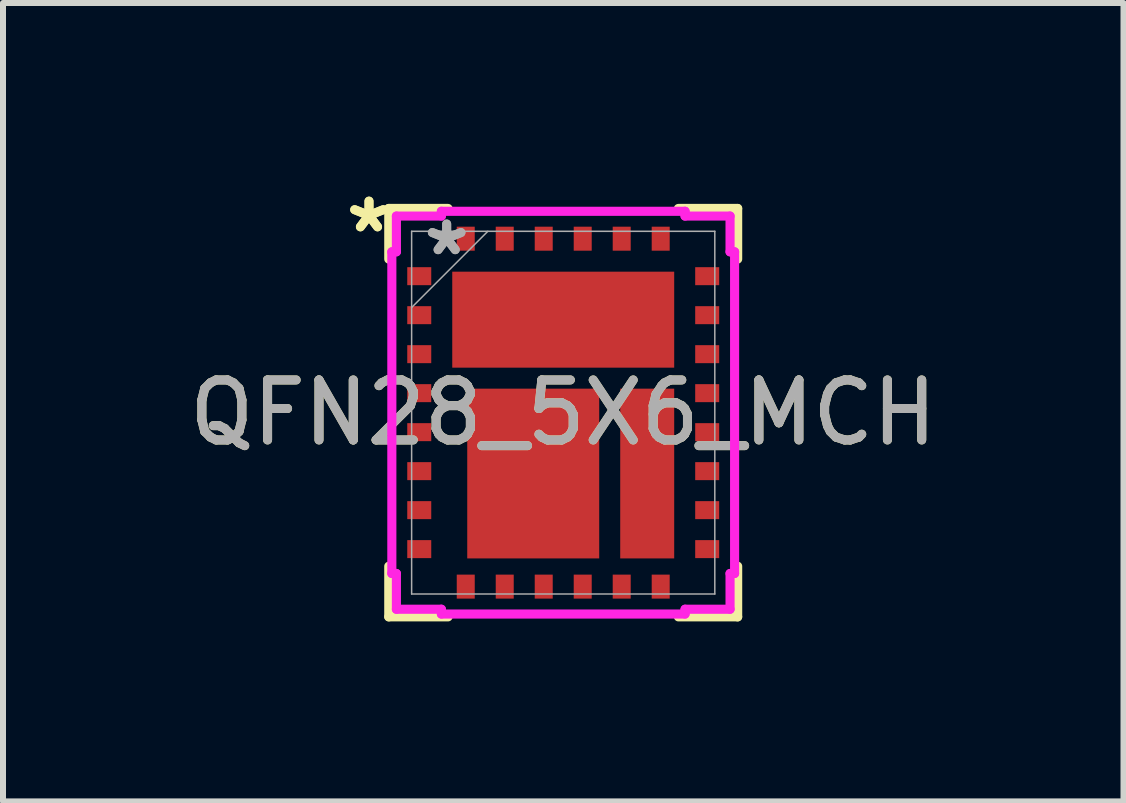
<source format=kicad_pcb>
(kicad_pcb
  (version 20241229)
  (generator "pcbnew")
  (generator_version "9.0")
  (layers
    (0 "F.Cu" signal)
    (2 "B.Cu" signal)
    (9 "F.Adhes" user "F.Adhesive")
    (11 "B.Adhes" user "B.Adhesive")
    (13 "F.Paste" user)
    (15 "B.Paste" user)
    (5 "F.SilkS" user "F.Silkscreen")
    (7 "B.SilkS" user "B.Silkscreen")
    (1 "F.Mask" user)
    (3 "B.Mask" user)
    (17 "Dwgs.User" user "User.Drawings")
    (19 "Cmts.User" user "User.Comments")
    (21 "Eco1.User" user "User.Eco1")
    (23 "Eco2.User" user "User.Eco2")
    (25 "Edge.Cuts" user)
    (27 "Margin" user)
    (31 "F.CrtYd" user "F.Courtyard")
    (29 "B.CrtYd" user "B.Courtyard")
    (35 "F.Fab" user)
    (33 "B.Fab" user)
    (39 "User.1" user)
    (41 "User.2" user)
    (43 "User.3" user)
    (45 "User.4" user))
  (footprint "QFN28_5X6_MCH"
    (layer "F.Cu")
    (at 6.339 3.829)
    (property "Reference" "QFN28_5X6_MCH" (at 0 0 0) (unlocked yes) (layer "F.SilkS") (effects (font (size 1 1) (thickness 0.15))))
    (attr smd)
    (fp_line (start -2.908 -3.404) (end -2.908 -2.56) (stroke (width 0.152) (type solid)) (layer "F.SilkS"))
    (fp_line (start -2.908 2.56) (end -2.908 3.404) (stroke (width 0.152) (type solid)) (layer "F.SilkS"))
    (fp_line (start -2.908 3.404) (end -1.92 3.404) (stroke (width 0.152) (type solid)) (layer "F.SilkS"))
    (fp_line (start -1.92 -3.404) (end -2.908 -3.404) (stroke (width 0.152) (type solid)) (layer "F.SilkS"))
    (fp_line (start 1.92 3.404) (end 2.908 3.404) (stroke (width 0.152) (type solid)) (layer "F.SilkS"))
    (fp_line (start 2.908 -3.404) (end 1.92 -3.404) (stroke (width 0.152) (type solid)) (layer "F.SilkS"))
    (fp_line (start 2.908 -2.56) (end 2.908 -3.404) (stroke (width 0.152) (type solid)) (layer "F.SilkS"))
    (fp_line (start 2.908 3.404) (end 2.908 2.56) (stroke (width 0.152) (type solid)) (layer "F.SilkS"))
    (fp_line (start -2.857 -2.681) (end -2.781 -2.681) (stroke (width 0.152) (type solid)) (layer "F.CrtYd"))
    (fp_line (start -2.857 2.681) (end -2.857 -2.681) (stroke (width 0.152) (type solid)) (layer "F.CrtYd"))
    (fp_line (start -2.781 -3.277) (end -2.031 -3.277) (stroke (width 0.152) (type solid)) (layer "F.CrtYd"))
    (fp_line (start -2.781 -2.681) (end -2.781 -3.277) (stroke (width 0.152) (type solid)) (layer "F.CrtYd"))
    (fp_line (start -2.781 2.681) (end -2.857 2.681) (stroke (width 0.152) (type solid)) (layer "F.CrtYd"))
    (fp_line (start -2.781 3.277) (end -2.781 2.681) (stroke (width 0.152) (type solid)) (layer "F.CrtYd"))
    (fp_line (start -2.031 -3.357) (end 2.031 -3.357) (stroke (width 0.152) (type solid)) (layer "F.CrtYd"))
    (fp_line (start -2.031 -3.277) (end -2.031 -3.357) (stroke (width 0.152) (type solid)) (layer "F.CrtYd"))
    (fp_line (start -2.031 3.277) (end -2.781 3.277) (stroke (width 0.152) (type solid)) (layer "F.CrtYd"))
    (fp_line (start -2.031 3.357) (end -2.031 3.277) (stroke (width 0.152) (type solid)) (layer "F.CrtYd"))
    (fp_line (start 2.031 -3.357) (end 2.031 -3.277) (stroke (width 0.152) (type solid)) (layer "F.CrtYd"))
    (fp_line (start 2.031 -3.277) (end 2.781 -3.277) (stroke (width 0.152) (type solid)) (layer "F.CrtYd"))
    (fp_line (start 2.031 3.277) (end 2.031 3.357) (stroke (width 0.152) (type solid)) (layer "F.CrtYd"))
    (fp_line (start 2.031 3.357) (end -2.031 3.357) (stroke (width 0.152) (type solid)) (layer "F.CrtYd"))
    (fp_line (start 2.781 -3.277) (end 2.781 -2.681) (stroke (width 0.152) (type solid)) (layer "F.CrtYd"))
    (fp_line (start 2.781 -2.681) (end 2.857 -2.681) (stroke (width 0.152) (type solid)) (layer "F.CrtYd"))
    (fp_line (start 2.781 2.681) (end 2.781 3.277) (stroke (width 0.152) (type solid)) (layer "F.CrtYd"))
    (fp_line (start 2.781 3.277) (end 2.031 3.277) (stroke (width 0.152) (type solid)) (layer "F.CrtYd"))
    (fp_line (start 2.857 -2.681) (end 2.857 2.681) (stroke (width 0.152) (type solid)) (layer "F.CrtYd"))
    (fp_line (start 2.857 2.681) (end 2.781 2.681) (stroke (width 0.152) (type solid)) (layer "F.CrtYd"))
    (fp_line (start -2.527 -3.023) (end -2.527 3.023) (stroke (width 0.025) (type solid)) (layer "F.Fab"))
    (fp_line (start -2.527 -1.753) (end -1.257 -3.023) (stroke (width 0.025) (type solid)) (layer "F.Fab"))
    (fp_line (start -2.527 3.023) (end 2.527 3.023) (stroke (width 0.025) (type solid)) (layer "F.Fab"))
    (fp_line (start 2.527 -3.023) (end -2.527 -3.023) (stroke (width 0.025) (type solid)) (layer "F.Fab"))
    (fp_line (start 2.527 3.023) (end 2.527 -3.023) (stroke (width 0.025) (type solid)) (layer "F.Fab"))
    (fp_text user "*" (at -3.238 -2.981 0) (unlocked yes) (layer "F.SilkS") (effects (font (size 1 1) (thickness 0.15))))
    (fp_text user "*" (at -3.238 -2.981 0) (layer "F.SilkS") (effects (font (size 1 1) (thickness 0.15))))
    (fp_text user "${REFERENCE}" (at 0 0 0) (unlocked yes) (layer "F.Fab") (effects (font (size 1 1) (thickness 0.15))))
    (fp_text user "*" (at -1.943 -2.6 0) (unlocked yes) (layer "F.Fab") (effects (font (size 1 1) (thickness 0.15))))
    (fp_text user "*" (at -1.943 -2.6 0) (layer "F.Fab") (effects (font (size 1 1) (thickness 0.15))))
    (pad "1" smd rect (at -2.4 -2.275 90) (size 0.3 0.4) (layers "F.Cu" "F.Mask" "F.Paste"))
    (pad "2" smd rect (at -2.4 -1.625 90) (size 0.3 0.4) (layers "F.Cu" "F.Mask" "F.Paste"))
    (pad "3" smd rect (at -2.4 -0.975 90) (size 0.3 0.4) (layers "F.Cu" "F.Mask" "F.Paste"))
    (pad "4" smd rect (at -2.4 -0.325 90) (size 0.3 0.4) (layers "F.Cu" "F.Mask" "F.Paste"))
    (pad "5" smd rect (at -2.4 0.325 90) (size 0.3 0.4) (layers "F.Cu" "F.Mask" "F.Paste"))
    (pad "6" smd rect (at -2.4 0.975 90) (size 0.3 0.4) (layers "F.Cu" "F.Mask" "F.Paste"))
    (pad "7" smd rect (at -2.4 1.625 90) (size 0.3 0.4) (layers "F.Cu" "F.Mask" "F.Paste"))
    (pad "8" smd rect (at -2.4 2.275 90) (size 0.3 0.4) (layers "F.Cu" "F.Mask" "F.Paste"))
    (pad "9" smd rect (at -1.625 2.9) (size 0.3 0.4) (layers "F.Cu" "F.Mask" "F.Paste"))
    (pad "10" smd rect (at -0.975 2.9) (size 0.3 0.4) (layers "F.Cu" "F.Mask" "F.Paste"))
    (pad "11" smd rect (at -0.325 2.9) (size 0.3 0.4) (layers "F.Cu" "F.Mask" "F.Paste"))
    (pad "12" smd rect (at 0.325 2.9) (size 0.3 0.4) (layers "F.Cu" "F.Mask" "F.Paste"))
    (pad "13" smd rect (at 0.975 2.9) (size 0.3 0.4) (layers "F.Cu" "F.Mask" "F.Paste"))
    (pad "14" smd rect (at 1.625 2.9) (size 0.3 0.4) (layers "F.Cu" "F.Mask" "F.Paste"))
    (pad "15" smd rect (at 2.4 2.275 90) (size 0.3 0.4) (layers "F.Cu" "F.Mask" "F.Paste"))
    (pad "16" smd rect (at 2.4 1.625 90) (size 0.3 0.4) (layers "F.Cu" "F.Mask" "F.Paste"))
    (pad "17" smd rect (at 2.4 0.975 90) (size 0.3 0.4) (layers "F.Cu" "F.Mask" "F.Paste"))
    (pad "18" smd rect (at 2.4 0.325 90) (size 0.3 0.4) (layers "F.Cu" "F.Mask" "F.Paste"))
    (pad "19" smd rect (at 2.4 -0.325 90) (size 0.3 0.4) (layers "F.Cu" "F.Mask" "F.Paste"))
    (pad "20" smd rect (at 2.4 -0.975 90) (size 0.3 0.4) (layers "F.Cu" "F.Mask" "F.Paste"))
    (pad "21" smd rect (at 2.4 -1.625 90) (size 0.3 0.4) (layers "F.Cu" "F.Mask" "F.Paste"))
    (pad "22" smd rect (at 2.4 -2.275 90) (size 0.3 0.4) (layers "F.Cu" "F.Mask" "F.Paste"))
    (pad "23" smd rect (at 1.625 -2.9) (size 0.3 0.4) (layers "F.Cu" "F.Mask" "F.Paste"))
    (pad "24" smd rect (at 0.975 -2.9) (size 0.3 0.4) (layers "F.Cu" "F.Mask" "F.Paste"))
    (pad "25" smd rect (at 0.325 -2.9) (size 0.3 0.4) (layers "F.Cu" "F.Mask" "F.Paste"))
    (pad "26" smd rect (at -0.325 -2.9) (size 0.3 0.4) (layers "F.Cu" "F.Mask" "F.Paste"))
    (pad "27" smd rect (at -0.975 -2.9) (size 0.3 0.4) (layers "F.Cu" "F.Mask" "F.Paste"))
    (pad "28" smd rect (at -1.625 -2.9) (size 0.3 0.4) (layers "F.Cu" "F.Mask" "F.Paste"))
    (pad "29" smd rect (at 0 -1.55) (size 3.7 1.6) (layers "F.Cu" "F.Mask" "F.Paste"))
    (pad "30" smd rect (at -0.5 1.015) (size 2.2 2.83) (layers "F.Cu" "F.Mask" "F.Paste"))
    (pad "31" smd rect (at 1.4 1.015) (size 0.9 2.83) (layers "F.Cu" "F.Mask" "F.Paste")))
  (gr_rect
    (start -3 -3)
    (end 15.679 10.309)
    (stroke (width 0.1) (type default))
    (fill no)
    (layer "Edge.Cuts")))
</source>
